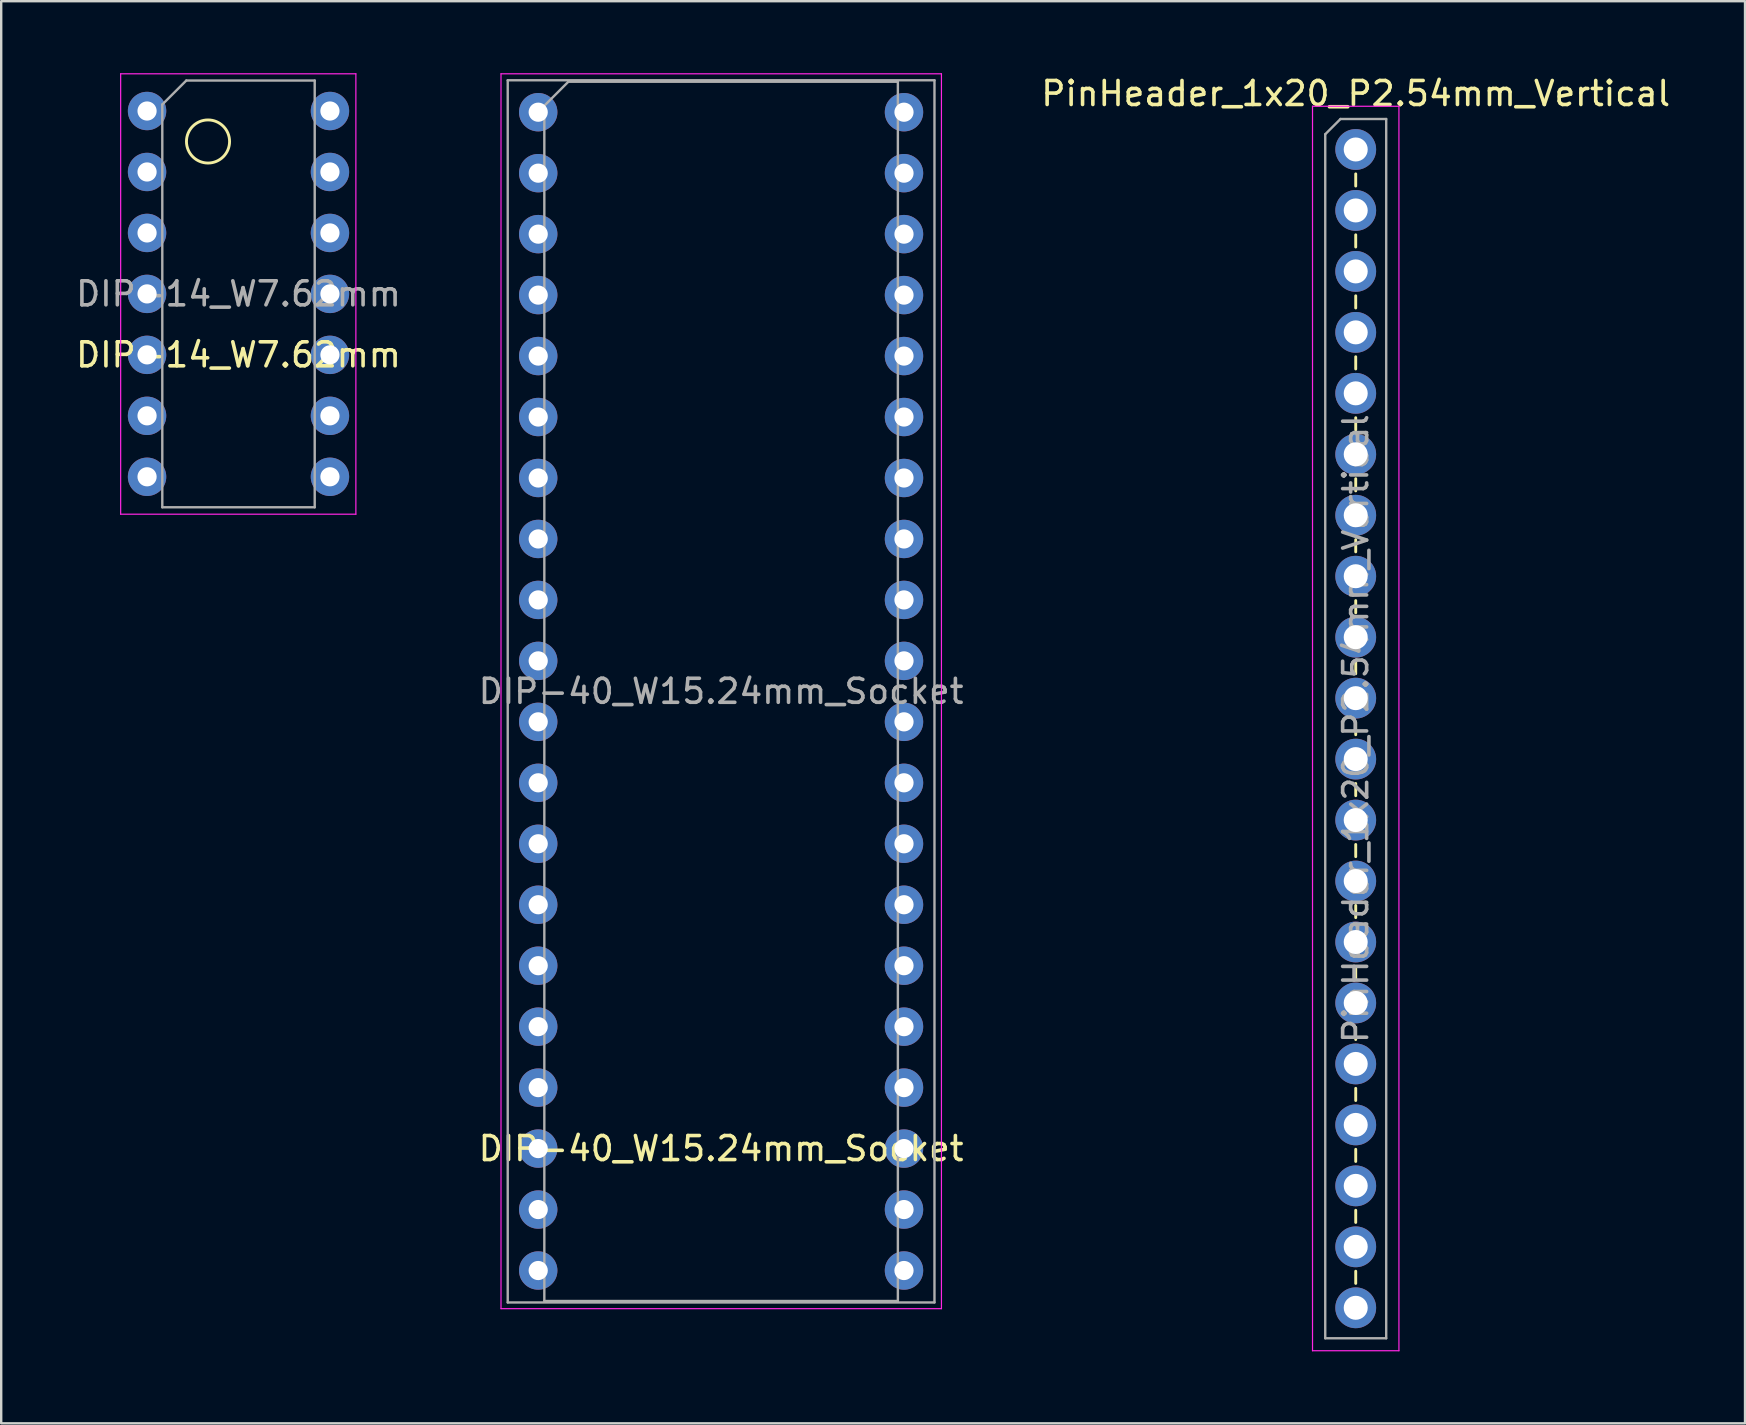
<source format=kicad_pcb>
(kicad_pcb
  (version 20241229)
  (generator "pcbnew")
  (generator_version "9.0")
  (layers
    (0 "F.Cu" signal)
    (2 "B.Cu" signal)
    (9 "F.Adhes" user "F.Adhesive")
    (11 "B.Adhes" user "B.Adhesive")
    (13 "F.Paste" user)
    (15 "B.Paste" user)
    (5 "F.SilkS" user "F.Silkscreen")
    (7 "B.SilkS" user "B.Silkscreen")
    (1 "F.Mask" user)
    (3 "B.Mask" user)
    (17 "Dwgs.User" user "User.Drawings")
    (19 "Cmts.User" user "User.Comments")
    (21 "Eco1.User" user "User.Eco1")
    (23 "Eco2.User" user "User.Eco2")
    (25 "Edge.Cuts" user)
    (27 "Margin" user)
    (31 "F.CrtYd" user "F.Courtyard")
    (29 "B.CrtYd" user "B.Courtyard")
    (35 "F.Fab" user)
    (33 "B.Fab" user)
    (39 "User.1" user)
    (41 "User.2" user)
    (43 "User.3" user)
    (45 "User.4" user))
  (footprint "DIP-14_W7.62mm"
    (layer "F.Cu")
    (at 3.077 1.575)
    (property "Reference" "DIP-14_W7.62mm" (at 3.81 10.16 0) (layer "F.SilkS") (effects (font (size 1 1) (thickness 0.15))))
    (attr through_hole)
    (fp_circle (center 2.54 1.27) (end 3.438 1.27) (stroke (width 0.12) (type solid)) (fill no) (layer "F.SilkS"))
    (fp_line (start -1.1 -1.55) (end -1.1 16.8) (stroke (width 0.05) (type solid)) (layer "F.CrtYd"))
    (fp_line (start -1.1 16.8) (end 8.7 16.8) (stroke (width 0.05) (type solid)) (layer "F.CrtYd"))
    (fp_line (start 8.7 -1.55) (end -1.1 -1.55) (stroke (width 0.05) (type solid)) (layer "F.CrtYd"))
    (fp_line (start 8.7 16.8) (end 8.7 -1.55) (stroke (width 0.05) (type solid)) (layer "F.CrtYd"))
    (fp_line (start 0.635 -0.27) (end 1.635 -1.27) (stroke (width 0.1) (type solid)) (layer "F.Fab"))
    (fp_line (start 0.635 16.51) (end 0.635 -0.27) (stroke (width 0.1) (type solid)) (layer "F.Fab"))
    (fp_line (start 1.635 -1.27) (end 6.985 -1.27) (stroke (width 0.1) (type solid)) (layer "F.Fab"))
    (fp_line (start 6.985 -1.27) (end 6.985 16.51) (stroke (width 0.1) (type solid)) (layer "F.Fab"))
    (fp_line (start 6.985 16.51) (end 0.635 16.51) (stroke (width 0.1) (type solid)) (layer "F.Fab"))
    (fp_text user "${REFERENCE}" (at 3.81 7.62 0) (layer "F.Fab") (effects (font (size 1 1) (thickness 0.15))))
    (pad "1" thru_hole circle (at 0 0) (size 1.6 1.6) (drill 0.8) (layers "*.Cu" "*.Mask"))
    (pad "2" thru_hole oval (at 0 2.54) (size 1.6 1.6) (drill 0.8) (layers "*.Cu" "*.Mask"))
    (pad "3" thru_hole oval (at 0 5.08) (size 1.6 1.6) (drill 0.8) (layers "*.Cu" "*.Mask"))
    (pad "4" thru_hole oval (at 0 7.62) (size 1.6 1.6) (drill 0.8) (layers "*.Cu" "*.Mask"))
    (pad "5" thru_hole oval (at 0 10.16) (size 1.6 1.6) (drill 0.8) (layers "*.Cu" "*.Mask"))
    (pad "6" thru_hole oval (at 0 12.7) (size 1.6 1.6) (drill 0.8) (layers "*.Cu" "*.Mask"))
    (pad "7" thru_hole oval (at 0 15.24) (size 1.6 1.6) (drill 0.8) (layers "*.Cu" "*.Mask"))
    (pad "8" thru_hole oval (at 7.62 15.24) (size 1.6 1.6) (drill 0.8) (layers "*.Cu" "*.Mask"))
    (pad "9" thru_hole oval (at 7.62 12.7) (size 1.6 1.6) (drill 0.8) (layers "*.Cu" "*.Mask"))
    (pad "10" thru_hole oval (at 7.62 10.16) (size 1.6 1.6) (drill 0.8) (layers "*.Cu" "*.Mask"))
    (pad "11" thru_hole oval (at 7.62 7.62) (size 1.6 1.6) (drill 0.8) (layers "*.Cu" "*.Mask"))
    (pad "12" thru_hole oval (at 7.62 5.08) (size 1.6 1.6) (drill 0.8) (layers "*.Cu" "*.Mask"))
    (pad "13" thru_hole oval (at 7.62 2.54) (size 1.6 1.6) (drill 0.8) (layers "*.Cu" "*.Mask"))
    (pad "14" thru_hole oval (at 7.62 0) (size 1.6 1.6) (drill 0.8) (layers "*.Cu" "*.Mask")))
  (footprint "PinHeader_1x20_P2.54mm_Vertical"
    (layer "F.Cu")
    (at 53.435 3.178)
    (property "Reference" "PinHeader_1x20_P2.54mm_Vertical" (at 0 -2.33 0) (layer "F.SilkS") (effects (font (size 1 1) (thickness 0.15))))
    (attr through_hole)
    (fp_line (start 0 1.524) (end 0 1.016) (stroke (width 0.12) (type solid)) (layer "F.SilkS"))
    (fp_line (start 0 4.064) (end 0 3.556) (stroke (width 0.12) (type solid)) (layer "F.SilkS"))
    (fp_line (start 0 6.604) (end 0 6.096) (stroke (width 0.12) (type solid)) (layer "F.SilkS"))
    (fp_line (start 0 9.144) (end 0 8.636) (stroke (width 0.12) (type solid)) (layer "F.SilkS"))
    (fp_line (start 0 11.684) (end 0 11.176) (stroke (width 0.12) (type solid)) (layer "F.SilkS"))
    (fp_line (start 0 14.224) (end 0 13.716) (stroke (width 0.12) (type solid)) (layer "F.SilkS"))
    (fp_line (start 0 16.764) (end 0 16.256) (stroke (width 0.12) (type solid)) (layer "F.SilkS"))
    (fp_line (start 0 19.304) (end 0 18.796) (stroke (width 0.12) (type solid)) (layer "F.SilkS"))
    (fp_line (start 0 21.844) (end 0 21.336) (stroke (width 0.12) (type solid)) (layer "F.SilkS"))
    (fp_line (start 0 24.384) (end 0 23.876) (stroke (width 0.12) (type solid)) (layer "F.SilkS"))
    (fp_line (start 0 26.924) (end 0 26.416) (stroke (width 0.12) (type solid)) (layer "F.SilkS"))
    (fp_line (start 0 29.464) (end 0 28.956) (stroke (width 0.12) (type solid)) (layer "F.SilkS"))
    (fp_line (start 0 32.004) (end 0 31.496) (stroke (width 0.12) (type solid)) (layer "F.SilkS"))
    (fp_line (start 0 34.544) (end 0 34.036) (stroke (width 0.12) (type solid)) (layer "F.SilkS"))
    (fp_line (start 0 37.084) (end 0 36.576) (stroke (width 0.12) (type solid)) (layer "F.SilkS"))
    (fp_line (start 0 39.624) (end 0 39.116) (stroke (width 0.12) (type solid)) (layer "F.SilkS"))
    (fp_line (start 0 42.164) (end 0 41.656) (stroke (width 0.12) (type solid)) (layer "F.SilkS"))
    (fp_line (start 0 44.704) (end 0 44.196) (stroke (width 0.12) (type solid)) (layer "F.SilkS"))
    (fp_line (start 0 47.244) (end 0 46.736) (stroke (width 0.12) (type solid)) (layer "F.SilkS"))
    (fp_line (start -1.8 -1.8) (end -1.8 50.05) (stroke (width 0.05) (type solid)) (layer "F.CrtYd"))
    (fp_line (start -1.8 50.05) (end 1.8 50.05) (stroke (width 0.05) (type solid)) (layer "F.CrtYd"))
    (fp_line (start 1.8 -1.8) (end -1.8 -1.8) (stroke (width 0.05) (type solid)) (layer "F.CrtYd"))
    (fp_line (start 1.8 50.05) (end 1.8 -1.8) (stroke (width 0.05) (type solid)) (layer "F.CrtYd"))
    (fp_line (start -1.27 -0.635) (end -0.635 -1.27) (stroke (width 0.1) (type solid)) (layer "F.Fab"))
    (fp_line (start -1.27 49.53) (end -1.27 -0.635) (stroke (width 0.1) (type solid)) (layer "F.Fab"))
    (fp_line (start -0.635 -1.27) (end 1.27 -1.27) (stroke (width 0.1) (type solid)) (layer "F.Fab"))
    (fp_line (start 1.27 -1.27) (end 1.27 49.53) (stroke (width 0.1) (type solid)) (layer "F.Fab"))
    (fp_line (start 1.27 49.53) (end -1.27 49.53) (stroke (width 0.1) (type solid)) (layer "F.Fab"))
    (fp_text user "${REFERENCE}" (at 0 24.13 90) (layer "F.Fab") (effects (font (size 1 1) (thickness 0.15))))
    (pad "1" thru_hole circle (at 0 0) (size 1.7 1.7) (drill 1) (layers "*.Cu" "*.Mask"))
    (pad "2" thru_hole oval (at 0 2.54) (size 1.7 1.7) (drill 1) (layers "*.Cu" "*.Mask"))
    (pad "3" thru_hole oval (at 0 5.08) (size 1.7 1.7) (drill 1) (layers "*.Cu" "*.Mask"))
    (pad "4" thru_hole oval (at 0 7.62) (size 1.7 1.7) (drill 1) (layers "*.Cu" "*.Mask"))
    (pad "5" thru_hole oval (at 0 10.16) (size 1.7 1.7) (drill 1) (layers "*.Cu" "*.Mask"))
    (pad "6" thru_hole oval (at 0 12.7) (size 1.7 1.7) (drill 1) (layers "*.Cu" "*.Mask"))
    (pad "7" thru_hole oval (at 0 15.24) (size 1.7 1.7) (drill 1) (layers "*.Cu" "*.Mask"))
    (pad "8" thru_hole oval (at 0 17.78) (size 1.7 1.7) (drill 1) (layers "*.Cu" "*.Mask"))
    (pad "9" thru_hole oval (at 0 20.32) (size 1.7 1.7) (drill 1) (layers "*.Cu" "*.Mask"))
    (pad "10" thru_hole oval (at 0 22.86) (size 1.7 1.7) (drill 1) (layers "*.Cu" "*.Mask"))
    (pad "11" thru_hole oval (at 0 25.4) (size 1.7 1.7) (drill 1) (layers "*.Cu" "*.Mask"))
    (pad "12" thru_hole oval (at 0 27.94) (size 1.7 1.7) (drill 1) (layers "*.Cu" "*.Mask"))
    (pad "13" thru_hole oval (at 0 30.48) (size 1.7 1.7) (drill 1) (layers "*.Cu" "*.Mask"))
    (pad "14" thru_hole oval (at 0 33.02) (size 1.7 1.7) (drill 1) (layers "*.Cu" "*.Mask"))
    (pad "15" thru_hole oval (at 0 35.56) (size 1.7 1.7) (drill 1) (layers "*.Cu" "*.Mask"))
    (pad "16" thru_hole oval (at 0 38.1) (size 1.7 1.7) (drill 1) (layers "*.Cu" "*.Mask"))
    (pad "17" thru_hole oval (at 0 40.64) (size 1.7 1.7) (drill 1) (layers "*.Cu" "*.Mask"))
    (pad "18" thru_hole oval (at 0 43.18) (size 1.7 1.7) (drill 1) (layers "*.Cu" "*.Mask"))
    (pad "19" thru_hole oval (at 0 45.72) (size 1.7 1.7) (drill 1) (layers "*.Cu" "*.Mask"))
    (pad "20" thru_hole oval (at 0 48.26) (size 1.7 1.7) (drill 1) (layers "*.Cu" "*.Mask")))
  (footprint "DIP-40_W15.24mm_Socket"
    (layer "F.Cu")
    (at 19.374 1.625)
    (property "Reference" "DIP-40_W15.24mm_Socket" (at 7.62 43.18 0) (layer "F.SilkS") (effects (font (size 1 1) (thickness 0.15))))
    (attr through_hole)
    (fp_line (start -1.55 -1.6) (end -1.55 49.85) (stroke (width 0.05) (type solid)) (layer "F.CrtYd"))
    (fp_line (start -1.55 49.85) (end 16.8 49.85) (stroke (width 0.05) (type solid)) (layer "F.CrtYd"))
    (fp_line (start 16.8 -1.6) (end -1.55 -1.6) (stroke (width 0.05) (type solid)) (layer "F.CrtYd"))
    (fp_line (start 16.8 49.85) (end 16.8 -1.6) (stroke (width 0.05) (type solid)) (layer "F.CrtYd"))
    (fp_line (start -1.27 -1.33) (end -1.27 49.59) (stroke (width 0.1) (type solid)) (layer "F.Fab"))
    (fp_line (start -1.27 49.59) (end 16.51 49.59) (stroke (width 0.1) (type solid)) (layer "F.Fab"))
    (fp_line (start 0.255 -0.27) (end 1.255 -1.27) (stroke (width 0.1) (type solid)) (layer "F.Fab"))
    (fp_line (start 0.255 49.53) (end 0.255 -0.27) (stroke (width 0.1) (type solid)) (layer "F.Fab"))
    (fp_line (start 1.255 -1.27) (end 14.985 -1.27) (stroke (width 0.1) (type solid)) (layer "F.Fab"))
    (fp_line (start 14.985 -1.27) (end 14.985 49.53) (stroke (width 0.1) (type solid)) (layer "F.Fab"))
    (fp_line (start 14.985 49.53) (end 0.255 49.53) (stroke (width 0.1) (type solid)) (layer "F.Fab"))
    (fp_line (start 16.51 -1.33) (end -1.27 -1.33) (stroke (width 0.1) (type solid)) (layer "F.Fab"))
    (fp_line (start 16.51 49.59) (end 16.51 -1.33) (stroke (width 0.1) (type solid)) (layer "F.Fab"))
    (fp_text user "${REFERENCE}" (at 7.62 24.13 0) (layer "F.Fab") (effects (font (size 1 1) (thickness 0.15))))
    (pad "1" thru_hole circle (at 0 0) (size 1.6 1.6) (drill 0.8) (layers "*.Cu" "*.Mask"))
    (pad "2" thru_hole oval (at 0 2.54) (size 1.6 1.6) (drill 0.8) (layers "*.Cu" "*.Mask"))
    (pad "3" thru_hole oval (at 0 5.08) (size 1.6 1.6) (drill 0.8) (layers "*.Cu" "*.Mask"))
    (pad "4" thru_hole oval (at 0 7.62) (size 1.6 1.6) (drill 0.8) (layers "*.Cu" "*.Mask"))
    (pad "5" thru_hole oval (at 0 10.16) (size 1.6 1.6) (drill 0.8) (layers "*.Cu" "*.Mask"))
    (pad "6" thru_hole oval (at 0 12.7) (size 1.6 1.6) (drill 0.8) (layers "*.Cu" "*.Mask"))
    (pad "7" thru_hole oval (at 0 15.24) (size 1.6 1.6) (drill 0.8) (layers "*.Cu" "*.Mask"))
    (pad "8" thru_hole oval (at 0 17.78) (size 1.6 1.6) (drill 0.8) (layers "*.Cu" "*.Mask"))
    (pad "9" thru_hole oval (at 0 20.32) (size 1.6 1.6) (drill 0.8) (layers "*.Cu" "*.Mask"))
    (pad "10" thru_hole oval (at 0 22.86) (size 1.6 1.6) (drill 0.8) (layers "*.Cu" "*.Mask"))
    (pad "11" thru_hole oval (at 0 25.4) (size 1.6 1.6) (drill 0.8) (layers "*.Cu" "*.Mask"))
    (pad "12" thru_hole oval (at 0 27.94) (size 1.6 1.6) (drill 0.8) (layers "*.Cu" "*.Mask"))
    (pad "13" thru_hole oval (at 0 30.48) (size 1.6 1.6) (drill 0.8) (layers "*.Cu" "*.Mask"))
    (pad "14" thru_hole oval (at 0 33.02) (size 1.6 1.6) (drill 0.8) (layers "*.Cu" "*.Mask"))
    (pad "15" thru_hole oval (at 0 35.56) (size 1.6 1.6) (drill 0.8) (layers "*.Cu" "*.Mask"))
    (pad "16" thru_hole oval (at 0 38.1) (size 1.6 1.6) (drill 0.8) (layers "*.Cu" "*.Mask"))
    (pad "17" thru_hole oval (at 0 40.64) (size 1.6 1.6) (drill 0.8) (layers "*.Cu" "*.Mask"))
    (pad "18" thru_hole oval (at 0 43.18) (size 1.6 1.6) (drill 0.8) (layers "*.Cu" "*.Mask"))
    (pad "19" thru_hole oval (at 0 45.72) (size 1.6 1.6) (drill 0.8) (layers "*.Cu" "*.Mask"))
    (pad "20" thru_hole oval (at 0 48.26) (size 1.6 1.6) (drill 0.8) (layers "*.Cu" "*.Mask"))
    (pad "21" thru_hole oval (at 15.24 48.26) (size 1.6 1.6) (drill 0.8) (layers "*.Cu" "*.Mask"))
    (pad "22" thru_hole oval (at 15.24 45.72) (size 1.6 1.6) (drill 0.8) (layers "*.Cu" "*.Mask"))
    (pad "23" thru_hole oval (at 15.24 43.18) (size 1.6 1.6) (drill 0.8) (layers "*.Cu" "*.Mask"))
    (pad "24" thru_hole oval (at 15.24 40.64) (size 1.6 1.6) (drill 0.8) (layers "*.Cu" "*.Mask"))
    (pad "25" thru_hole oval (at 15.24 38.1) (size 1.6 1.6) (drill 0.8) (layers "*.Cu" "*.Mask"))
    (pad "26" thru_hole oval (at 15.24 35.56) (size 1.6 1.6) (drill 0.8) (layers "*.Cu" "*.Mask"))
    (pad "27" thru_hole oval (at 15.24 33.02) (size 1.6 1.6) (drill 0.8) (layers "*.Cu" "*.Mask"))
    (pad "28" thru_hole oval (at 15.24 30.48) (size 1.6 1.6) (drill 0.8) (layers "*.Cu" "*.Mask"))
    (pad "29" thru_hole oval (at 15.24 27.94) (size 1.6 1.6) (drill 0.8) (layers "*.Cu" "*.Mask"))
    (pad "30" thru_hole oval (at 15.24 25.4) (size 1.6 1.6) (drill 0.8) (layers "*.Cu" "*.Mask"))
    (pad "31" thru_hole oval (at 15.24 22.86) (size 1.6 1.6) (drill 0.8) (layers "*.Cu" "*.Mask"))
    (pad "32" thru_hole oval (at 15.24 20.32) (size 1.6 1.6) (drill 0.8) (layers "*.Cu" "*.Mask"))
    (pad "33" thru_hole oval (at 15.24 17.78) (size 1.6 1.6) (drill 0.8) (layers "*.Cu" "*.Mask"))
    (pad "34" thru_hole oval (at 15.24 15.24) (size 1.6 1.6) (drill 0.8) (layers "*.Cu" "*.Mask"))
    (pad "35" thru_hole oval (at 15.24 12.7) (size 1.6 1.6) (drill 0.8) (layers "*.Cu" "*.Mask"))
    (pad "36" thru_hole oval (at 15.24 10.16) (size 1.6 1.6) (drill 0.8) (layers "*.Cu" "*.Mask"))
    (pad "37" thru_hole oval (at 15.24 7.62) (size 1.6 1.6) (drill 0.8) (layers "*.Cu" "*.Mask"))
    (pad "38" thru_hole oval (at 15.24 5.08) (size 1.6 1.6) (drill 0.8) (layers "*.Cu" "*.Mask"))
    (pad "39" thru_hole oval (at 15.24 2.54) (size 1.6 1.6) (drill 0.8) (layers "*.Cu" "*.Mask"))
    (pad "40" thru_hole oval (at 15.24 0) (size 1.6 1.6) (drill 0.8) (layers "*.Cu" "*.Mask")))
  (gr_rect
    (start -3 -3)
    (end 69.655 56.253)
    (stroke (width 0.1) (type default))
    (fill no)
    (layer "Edge.Cuts")))
</source>
